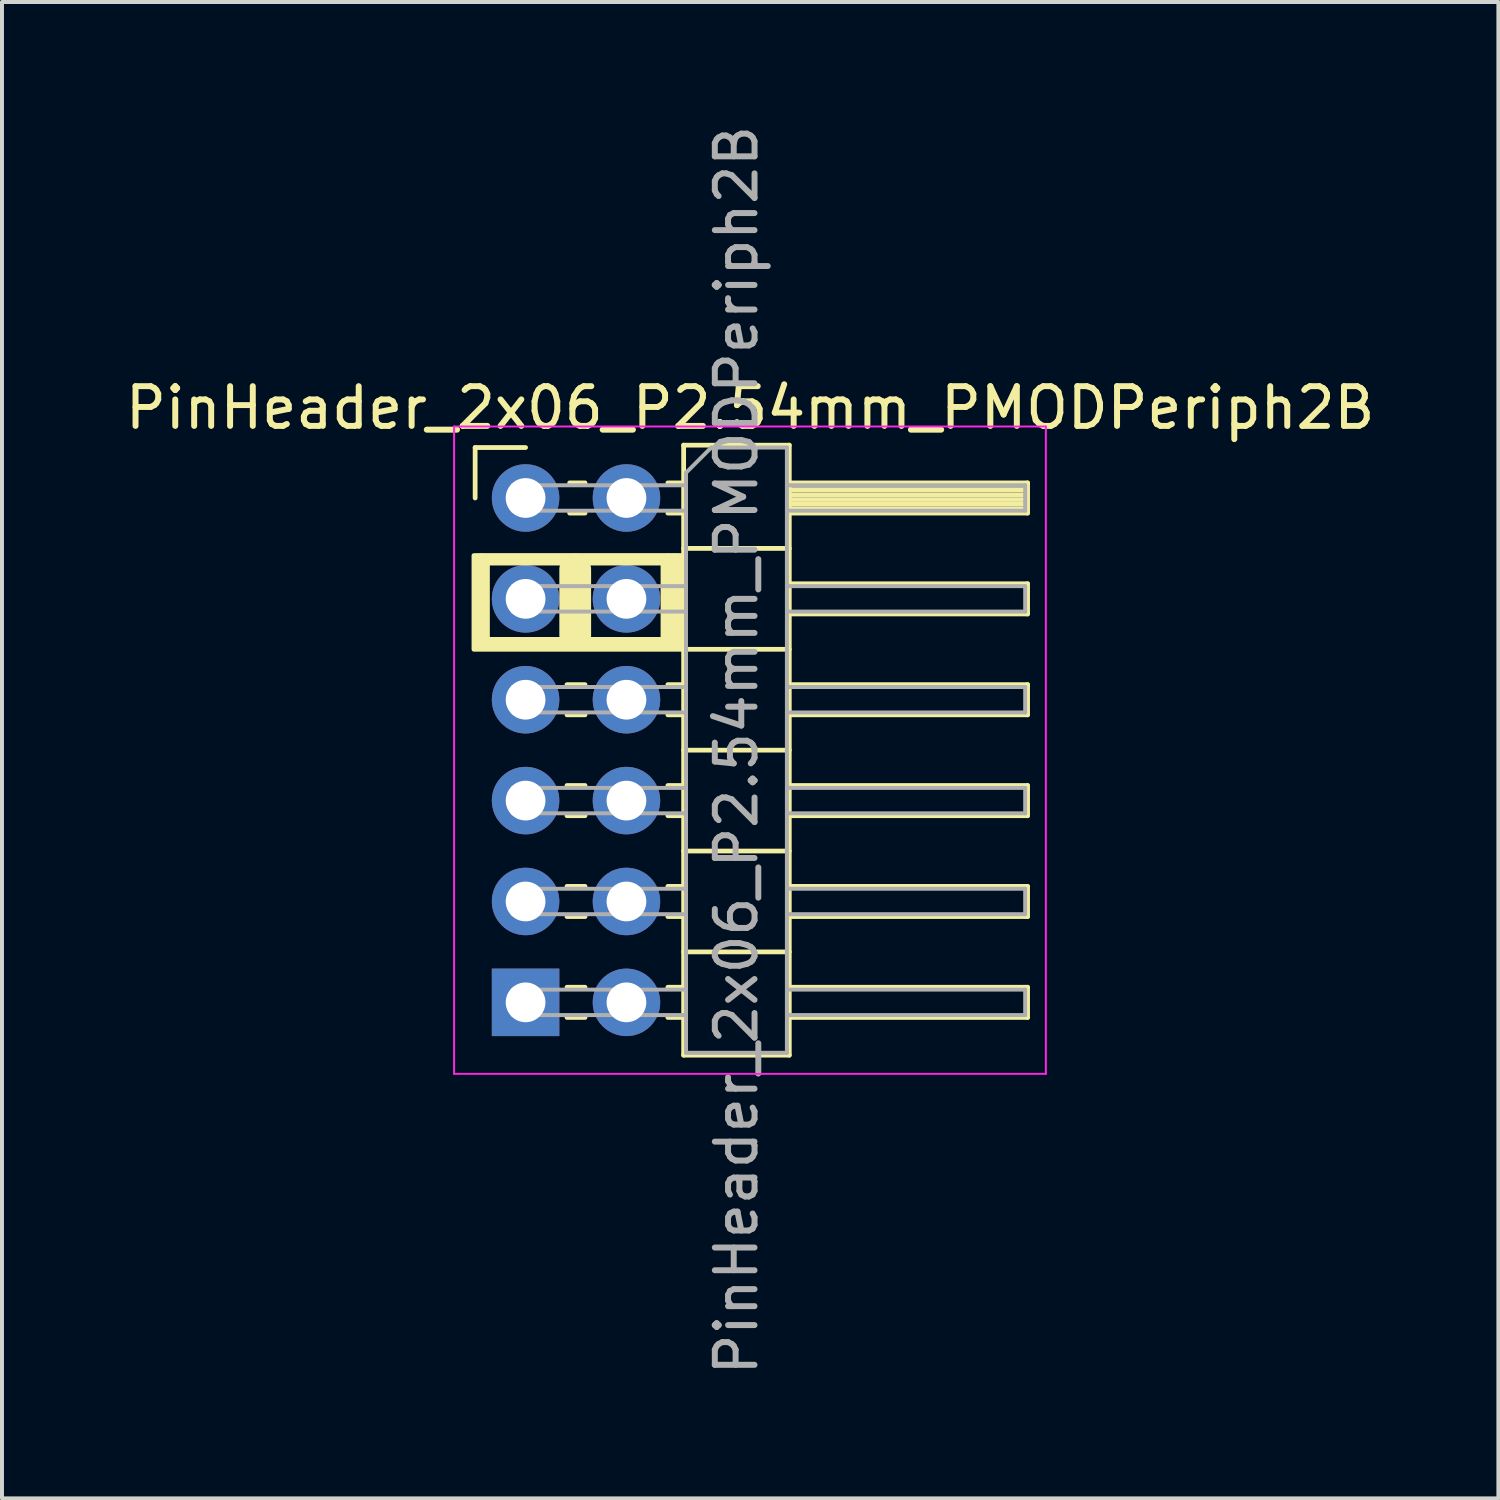
<source format=kicad_pcb>
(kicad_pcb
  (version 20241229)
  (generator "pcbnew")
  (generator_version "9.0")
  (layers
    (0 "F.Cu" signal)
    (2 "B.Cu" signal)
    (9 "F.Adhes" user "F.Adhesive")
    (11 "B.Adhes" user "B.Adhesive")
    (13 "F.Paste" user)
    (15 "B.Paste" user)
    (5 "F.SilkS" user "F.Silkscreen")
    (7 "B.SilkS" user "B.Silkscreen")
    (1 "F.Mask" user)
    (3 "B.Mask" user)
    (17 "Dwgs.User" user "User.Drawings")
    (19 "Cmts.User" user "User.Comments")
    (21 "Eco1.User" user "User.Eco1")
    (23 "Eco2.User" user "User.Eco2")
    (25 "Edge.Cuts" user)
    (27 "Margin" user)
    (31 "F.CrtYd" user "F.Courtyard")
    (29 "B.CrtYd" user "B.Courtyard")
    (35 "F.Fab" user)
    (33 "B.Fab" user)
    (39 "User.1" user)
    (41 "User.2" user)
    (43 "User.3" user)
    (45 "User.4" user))
  (footprint "PinHeader_2x06_P2.54mm_PMODPeriph2B"
    (layer "F.Cu")
    (at 10.184 9.489)
    (property "Reference" "PinHeader_2x06_P2.54mm_PMODPeriph2B" (at 5.655 -2.27 180) (layer "F.SilkS") (effects (font (size 1 1) (thickness 0.15))))
    (attr through_hole)
    (fp_line (start -1.27 -1.27) (end 0 -1.27) (stroke (width 0.12) (type solid)) (layer "F.SilkS"))
    (fp_line (start -1.27 0) (end -1.27 -1.27) (stroke (width 0.12) (type solid)) (layer "F.SilkS"))
    (fp_line (start -1.2 1.55) (end 3.85 1.55) (stroke (width 0.3) (type default)) (layer "F.SilkS"))
    (fp_line (start -1.2 3.65) (end 3.85 3.65) (stroke (width 0.3) (type default)) (layer "F.SilkS"))
    (fp_line (start -1.1 1.6) (end -1.1 3.6) (stroke (width 0.4) (type default)) (layer "F.SilkS"))
    (fp_line (start 1.043 2.16) (end 1.497 2.16) (stroke (width 0.12) (type solid)) (layer "F.SilkS"))
    (fp_line (start 1.043 2.92) (end 1.497 2.92) (stroke (width 0.12) (type solid)) (layer "F.SilkS"))
    (fp_line (start 1.043 4.7) (end 1.497 4.7) (stroke (width 0.12) (type solid)) (layer "F.SilkS"))
    (fp_line (start 1.043 5.46) (end 1.497 5.46) (stroke (width 0.12) (type solid)) (layer "F.SilkS"))
    (fp_line (start 1.043 7.24) (end 1.497 7.24) (stroke (width 0.12) (type solid)) (layer "F.SilkS"))
    (fp_line (start 1.043 8) (end 1.497 8) (stroke (width 0.12) (type solid)) (layer "F.SilkS"))
    (fp_line (start 1.043 9.78) (end 1.497 9.78) (stroke (width 0.12) (type solid)) (layer "F.SilkS"))
    (fp_line (start 1.043 10.54) (end 1.497 10.54) (stroke (width 0.12) (type solid)) (layer "F.SilkS"))
    (fp_line (start 1.043 12.32) (end 1.497 12.32) (stroke (width 0.12) (type solid)) (layer "F.SilkS"))
    (fp_line (start 1.043 13.08) (end 1.497 13.08) (stroke (width 0.12) (type solid)) (layer "F.SilkS"))
    (fp_line (start 1.11 -0.38) (end 1.497 -0.38) (stroke (width 0.12) (type solid)) (layer "F.SilkS"))
    (fp_line (start 1.11 0.38) (end 1.497 0.38) (stroke (width 0.12) (type solid)) (layer "F.SilkS"))
    (fp_line (start 1.25 1.8) (end 1.25 3.45) (stroke (width 0.8) (type default)) (layer "F.SilkS"))
    (fp_line (start 3.583 -0.38) (end 3.98 -0.38) (stroke (width 0.12) (type solid)) (layer "F.SilkS"))
    (fp_line (start 3.583 0.38) (end 3.98 0.38) (stroke (width 0.12) (type solid)) (layer "F.SilkS"))
    (fp_line (start 3.583 2.16) (end 3.98 2.16) (stroke (width 0.12) (type solid)) (layer "F.SilkS"))
    (fp_line (start 3.583 2.92) (end 3.98 2.92) (stroke (width 0.12) (type solid)) (layer "F.SilkS"))
    (fp_line (start 3.583 4.7) (end 3.98 4.7) (stroke (width 0.12) (type solid)) (layer "F.SilkS"))
    (fp_line (start 3.583 5.46) (end 3.98 5.46) (stroke (width 0.12) (type solid)) (layer "F.SilkS"))
    (fp_line (start 3.583 7.24) (end 3.98 7.24) (stroke (width 0.12) (type solid)) (layer "F.SilkS"))
    (fp_line (start 3.583 8) (end 3.98 8) (stroke (width 0.12) (type solid)) (layer "F.SilkS"))
    (fp_line (start 3.583 9.78) (end 3.98 9.78) (stroke (width 0.12) (type solid)) (layer "F.SilkS"))
    (fp_line (start 3.583 10.54) (end 3.98 10.54) (stroke (width 0.12) (type solid)) (layer "F.SilkS"))
    (fp_line (start 3.583 12.32) (end 3.98 12.32) (stroke (width 0.12) (type solid)) (layer "F.SilkS"))
    (fp_line (start 3.583 13.08) (end 3.98 13.08) (stroke (width 0.12) (type solid)) (layer "F.SilkS"))
    (fp_line (start 3.6 1.6) (end 3.6 3.6) (stroke (width 0.4) (type default)) (layer "F.SilkS"))
    (fp_line (start 3.75 1.6) (end 3.75 3.6) (stroke (width 0.4) (type default)) (layer "F.SilkS"))
    (fp_line (start 3.98 -1.33) (end 3.98 14.03) (stroke (width 0.12) (type solid)) (layer "F.SilkS"))
    (fp_line (start 3.98 1.27) (end 6.64 1.27) (stroke (width 0.12) (type solid)) (layer "F.SilkS"))
    (fp_line (start 3.98 3.81) (end 6.64 3.81) (stroke (width 0.12) (type solid)) (layer "F.SilkS"))
    (fp_line (start 3.98 6.35) (end 6.64 6.35) (stroke (width 0.12) (type solid)) (layer "F.SilkS"))
    (fp_line (start 3.98 8.89) (end 6.64 8.89) (stroke (width 0.12) (type solid)) (layer "F.SilkS"))
    (fp_line (start 3.98 11.43) (end 6.64 11.43) (stroke (width 0.12) (type solid)) (layer "F.SilkS"))
    (fp_line (start 3.98 14.03) (end 6.64 14.03) (stroke (width 0.12) (type solid)) (layer "F.SilkS"))
    (fp_line (start 6.64 -1.33) (end 3.98 -1.33) (stroke (width 0.12) (type solid)) (layer "F.SilkS"))
    (fp_line (start 6.64 -0.38) (end 12.64 -0.38) (stroke (width 0.12) (type solid)) (layer "F.SilkS"))
    (fp_line (start 6.64 -0.32) (end 12.64 -0.32) (stroke (width 0.12) (type solid)) (layer "F.SilkS"))
    (fp_line (start 6.64 -0.2) (end 12.64 -0.2) (stroke (width 0.12) (type solid)) (layer "F.SilkS"))
    (fp_line (start 6.64 -0.08) (end 12.64 -0.08) (stroke (width 0.12) (type solid)) (layer "F.SilkS"))
    (fp_line (start 6.64 0.04) (end 12.64 0.04) (stroke (width 0.12) (type solid)) (layer "F.SilkS"))
    (fp_line (start 6.64 0.16) (end 12.64 0.16) (stroke (width 0.12) (type solid)) (layer "F.SilkS"))
    (fp_line (start 6.64 0.28) (end 12.64 0.28) (stroke (width 0.12) (type solid)) (layer "F.SilkS"))
    (fp_line (start 6.64 2.16) (end 12.64 2.16) (stroke (width 0.12) (type solid)) (layer "F.SilkS"))
    (fp_line (start 6.64 4.7) (end 12.64 4.7) (stroke (width 0.12) (type solid)) (layer "F.SilkS"))
    (fp_line (start 6.64 7.24) (end 12.64 7.24) (stroke (width 0.12) (type solid)) (layer "F.SilkS"))
    (fp_line (start 6.64 9.78) (end 12.64 9.78) (stroke (width 0.12) (type solid)) (layer "F.SilkS"))
    (fp_line (start 6.64 12.32) (end 12.64 12.32) (stroke (width 0.12) (type solid)) (layer "F.SilkS"))
    (fp_line (start 6.64 14.03) (end 6.64 -1.33) (stroke (width 0.12) (type solid)) (layer "F.SilkS"))
    (fp_line (start 12.64 -0.38) (end 12.64 0.38) (stroke (width 0.12) (type solid)) (layer "F.SilkS"))
    (fp_line (start 12.64 0.38) (end 6.64 0.38) (stroke (width 0.12) (type solid)) (layer "F.SilkS"))
    (fp_line (start 12.64 2.16) (end 12.64 2.92) (stroke (width 0.12) (type solid)) (layer "F.SilkS"))
    (fp_line (start 12.64 2.92) (end 6.64 2.92) (stroke (width 0.12) (type solid)) (layer "F.SilkS"))
    (fp_line (start 12.64 4.7) (end 12.64 5.46) (stroke (width 0.12) (type solid)) (layer "F.SilkS"))
    (fp_line (start 12.64 5.46) (end 6.64 5.46) (stroke (width 0.12) (type solid)) (layer "F.SilkS"))
    (fp_line (start 12.64 7.24) (end 12.64 8) (stroke (width 0.12) (type solid)) (layer "F.SilkS"))
    (fp_line (start 12.64 8) (end 6.64 8) (stroke (width 0.12) (type solid)) (layer "F.SilkS"))
    (fp_line (start 12.64 9.78) (end 12.64 10.54) (stroke (width 0.12) (type solid)) (layer "F.SilkS"))
    (fp_line (start 12.64 10.54) (end 6.64 10.54) (stroke (width 0.12) (type solid)) (layer "F.SilkS"))
    (fp_line (start 12.64 12.32) (end 12.64 13.08) (stroke (width 0.12) (type solid)) (layer "F.SilkS"))
    (fp_line (start 12.64 13.08) (end 6.64 13.08) (stroke (width 0.12) (type solid)) (layer "F.SilkS"))
    (fp_rect (start -1.3 1.45) (end 3.98 3.81) (stroke (width 0.12) (type default)) (fill no) (layer "F.SilkS"))
    (fp_line (start -1.8 -1.8) (end -1.8 14.5) (stroke (width 0.05) (type solid)) (layer "F.CrtYd"))
    (fp_line (start -1.8 14.5) (end 13.1 14.5) (stroke (width 0.05) (type solid)) (layer "F.CrtYd"))
    (fp_line (start 13.1 -1.8) (end -1.8 -1.8) (stroke (width 0.05) (type solid)) (layer "F.CrtYd"))
    (fp_line (start 13.1 14.5) (end 13.1 -1.8) (stroke (width 0.05) (type solid)) (layer "F.CrtYd"))
    (fp_line (start -0.32 -0.32) (end -0.32 0.32) (stroke (width 0.1) (type solid)) (layer "F.Fab"))
    (fp_line (start -0.32 -0.32) (end 4.04 -0.32) (stroke (width 0.1) (type solid)) (layer "F.Fab"))
    (fp_line (start -0.32 0.32) (end 4.04 0.32) (stroke (width 0.1) (type solid)) (layer "F.Fab"))
    (fp_line (start -0.32 2.22) (end -0.32 2.86) (stroke (width 0.1) (type solid)) (layer "F.Fab"))
    (fp_line (start -0.32 2.22) (end 4.04 2.22) (stroke (width 0.1) (type solid)) (layer "F.Fab"))
    (fp_line (start -0.32 2.86) (end 4.04 2.86) (stroke (width 0.1) (type solid)) (layer "F.Fab"))
    (fp_line (start -0.32 4.76) (end -0.32 5.4) (stroke (width 0.1) (type solid)) (layer "F.Fab"))
    (fp_line (start -0.32 4.76) (end 4.04 4.76) (stroke (width 0.1) (type solid)) (layer "F.Fab"))
    (fp_line (start -0.32 5.4) (end 4.04 5.4) (stroke (width 0.1) (type solid)) (layer "F.Fab"))
    (fp_line (start -0.32 7.3) (end -0.32 7.94) (stroke (width 0.1) (type solid)) (layer "F.Fab"))
    (fp_line (start -0.32 7.3) (end 4.04 7.3) (stroke (width 0.1) (type solid)) (layer "F.Fab"))
    (fp_line (start -0.32 7.94) (end 4.04 7.94) (stroke (width 0.1) (type solid)) (layer "F.Fab"))
    (fp_line (start -0.32 9.84) (end -0.32 10.48) (stroke (width 0.1) (type solid)) (layer "F.Fab"))
    (fp_line (start -0.32 9.84) (end 4.04 9.84) (stroke (width 0.1) (type solid)) (layer "F.Fab"))
    (fp_line (start -0.32 10.48) (end 4.04 10.48) (stroke (width 0.1) (type solid)) (layer "F.Fab"))
    (fp_line (start -0.32 12.38) (end -0.32 13.02) (stroke (width 0.1) (type solid)) (layer "F.Fab"))
    (fp_line (start -0.32 12.38) (end 4.04 12.38) (stroke (width 0.1) (type solid)) (layer "F.Fab"))
    (fp_line (start -0.32 13.02) (end 4.04 13.02) (stroke (width 0.1) (type solid)) (layer "F.Fab"))
    (fp_line (start 4.04 -0.635) (end 4.675 -1.27) (stroke (width 0.1) (type solid)) (layer "F.Fab"))
    (fp_line (start 4.04 13.97) (end 4.04 -0.635) (stroke (width 0.1) (type solid)) (layer "F.Fab"))
    (fp_line (start 4.675 -1.27) (end 6.58 -1.27) (stroke (width 0.1) (type solid)) (layer "F.Fab"))
    (fp_line (start 6.58 -1.27) (end 6.58 13.97) (stroke (width 0.1) (type solid)) (layer "F.Fab"))
    (fp_line (start 6.58 -0.32) (end 12.58 -0.32) (stroke (width 0.1) (type solid)) (layer "F.Fab"))
    (fp_line (start 6.58 0.32) (end 12.58 0.32) (stroke (width 0.1) (type solid)) (layer "F.Fab"))
    (fp_line (start 6.58 2.22) (end 12.58 2.22) (stroke (width 0.1) (type solid)) (layer "F.Fab"))
    (fp_line (start 6.58 2.86) (end 12.58 2.86) (stroke (width 0.1) (type solid)) (layer "F.Fab"))
    (fp_line (start 6.58 4.76) (end 12.58 4.76) (stroke (width 0.1) (type solid)) (layer "F.Fab"))
    (fp_line (start 6.58 5.4) (end 12.58 5.4) (stroke (width 0.1) (type solid)) (layer "F.Fab"))
    (fp_line (start 6.58 7.3) (end 12.58 7.3) (stroke (width 0.1) (type solid)) (layer "F.Fab"))
    (fp_line (start 6.58 7.94) (end 12.58 7.94) (stroke (width 0.1) (type solid)) (layer "F.Fab"))
    (fp_line (start 6.58 9.84) (end 12.58 9.84) (stroke (width 0.1) (type solid)) (layer "F.Fab"))
    (fp_line (start 6.58 10.48) (end 12.58 10.48) (stroke (width 0.1) (type solid)) (layer "F.Fab"))
    (fp_line (start 6.58 12.38) (end 12.58 12.38) (stroke (width 0.1) (type solid)) (layer "F.Fab"))
    (fp_line (start 6.58 13.02) (end 12.58 13.02) (stroke (width 0.1) (type solid)) (layer "F.Fab"))
    (fp_line (start 6.58 13.97) (end 4.04 13.97) (stroke (width 0.1) (type solid)) (layer "F.Fab"))
    (fp_line (start 12.58 -0.32) (end 12.58 0.32) (stroke (width 0.1) (type solid)) (layer "F.Fab"))
    (fp_line (start 12.58 2.22) (end 12.58 2.86) (stroke (width 0.1) (type solid)) (layer "F.Fab"))
    (fp_line (start 12.58 4.76) (end 12.58 5.4) (stroke (width 0.1) (type solid)) (layer "F.Fab"))
    (fp_line (start 12.58 7.3) (end 12.58 7.94) (stroke (width 0.1) (type solid)) (layer "F.Fab"))
    (fp_line (start 12.58 9.84) (end 12.58 10.48) (stroke (width 0.1) (type solid)) (layer "F.Fab"))
    (fp_line (start 12.58 12.38) (end 12.58 13.02) (stroke (width 0.1) (type solid)) (layer "F.Fab"))
    (fp_text user "${REFERENCE}" (at 5.31 6.35 270) (layer "F.Fab") (effects (font (size 1 1) (thickness 0.15))))
    (pad "1" thru_hole rect (at 0 12.7) (size 1.7 1.7) (drill 1) (layers "*.Cu" "*.Mask"))
    (pad "2" thru_hole oval (at 0 10.16) (size 1.7 1.7) (drill 1) (layers "*.Cu" "*.Mask"))
    (pad "3" thru_hole oval (at 0 7.62) (size 1.7 1.7) (drill 1) (layers "*.Cu" "*.Mask"))
    (pad "4" thru_hole oval (at 0 5.08) (size 1.7 1.7) (drill 1) (layers "*.Cu" "*.Mask"))
    (pad "5" thru_hole oval (at 0 2.54) (size 1.7 1.7) (drill 1) (layers "*.Cu" "*.Mask"))
    (pad "6" thru_hole circle (at 0 0) (size 1.7 1.7) (drill 1) (layers "*.Cu" "*.Mask"))
    (pad "7" thru_hole oval (at 2.54 12.7) (size 1.7 1.7) (drill 1) (layers "*.Cu" "*.Mask"))
    (pad "8" thru_hole oval (at 2.54 10.16) (size 1.7 1.7) (drill 1) (layers "*.Cu" "*.Mask"))
    (pad "9" thru_hole oval (at 2.54 7.62) (size 1.7 1.7) (drill 1) (layers "*.Cu" "*.Mask"))
    (pad "10" thru_hole oval (at 2.54 5.08) (size 1.7 1.7) (drill 1) (layers "*.Cu" "*.Mask"))
    (pad "11" thru_hole oval (at 2.54 2.54) (size 1.7 1.7) (drill 1) (layers "*.Cu" "*.Mask"))
    (pad "12" thru_hole oval (at 2.54 0) (size 1.7 1.7) (drill 1) (layers "*.Cu" "*.Mask")))
  (gr_rect
    (start -3 -3)
    (end 34.679 34.679)
    (stroke (width 0.1) (type default))
    (fill no)
    (layer "Edge.Cuts")))
</source>
